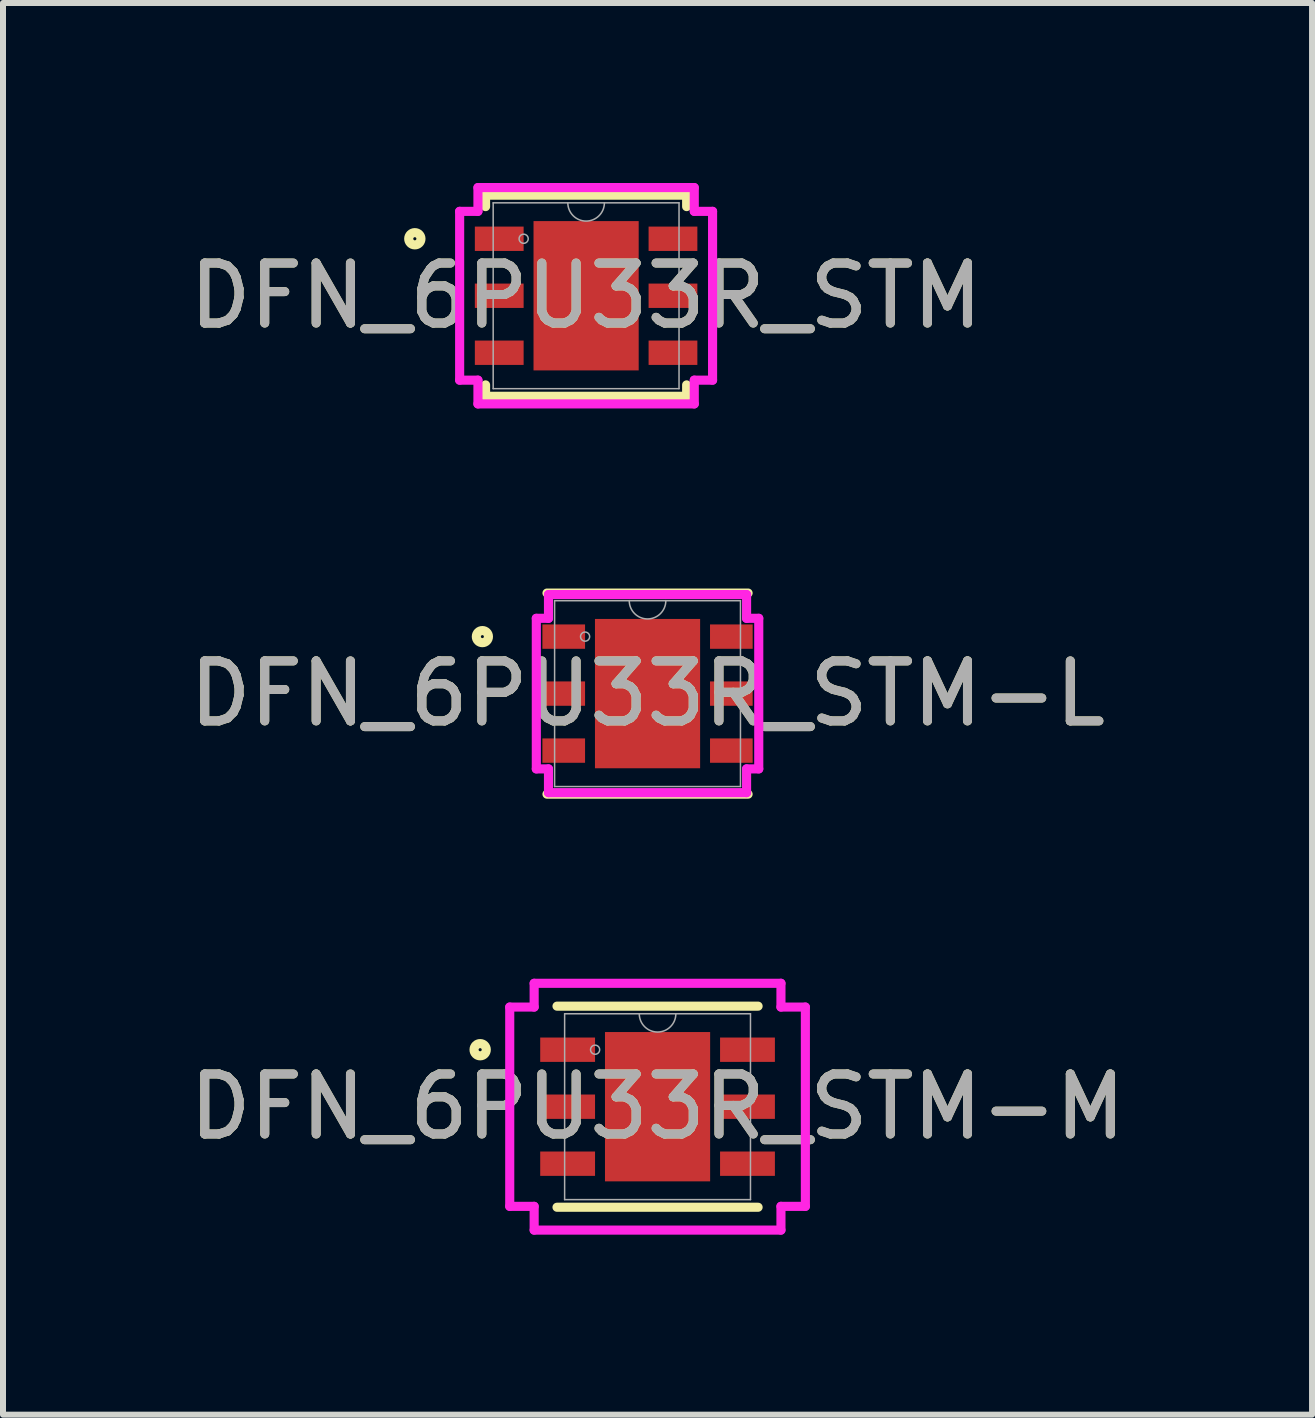
<source format=kicad_pcb>
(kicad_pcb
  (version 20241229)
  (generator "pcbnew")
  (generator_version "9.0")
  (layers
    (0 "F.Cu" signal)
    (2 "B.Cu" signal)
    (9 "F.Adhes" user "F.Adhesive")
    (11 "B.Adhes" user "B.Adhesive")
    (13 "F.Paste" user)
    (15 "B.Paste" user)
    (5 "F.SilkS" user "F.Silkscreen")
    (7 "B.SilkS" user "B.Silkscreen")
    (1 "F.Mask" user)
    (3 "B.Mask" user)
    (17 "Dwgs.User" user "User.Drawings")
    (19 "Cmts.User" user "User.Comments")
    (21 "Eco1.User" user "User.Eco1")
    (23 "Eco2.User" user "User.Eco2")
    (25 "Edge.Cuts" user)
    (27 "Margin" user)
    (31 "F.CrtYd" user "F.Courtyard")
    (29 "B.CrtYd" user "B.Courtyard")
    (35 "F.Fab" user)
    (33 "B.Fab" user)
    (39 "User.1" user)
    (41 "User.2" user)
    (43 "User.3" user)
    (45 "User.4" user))
  (footprint "DFN_6PU33R_STM-L"
    (layer "F.Cu")
    (at 7.744 8.512)
    (property "Reference" "DFN_6PU33R_STM-L" (at 0 0 0) (unlocked yes) (layer "F.SilkS") (effects (font (size 1 1) (thickness 0.15))))
    (attr smd)
    (fp_line (start -1.676 1.676) (end 1.676 1.676) (stroke (width 0.152) (type solid)) (layer "F.SilkS"))
    (fp_line (start 1.676 -1.676) (end -1.676 -1.676) (stroke (width 0.152) (type solid)) (layer "F.SilkS"))
    (fp_circle (center -2.753 -0.95) (end -2.652 -0.95) (stroke (width 0.152) (type solid)) (fill no) (layer "F.SilkS"))
    (fp_line (start -1.854 -1.255) (end -1.651 -1.255) (stroke (width 0.152) (type solid)) (layer "F.CrtYd"))
    (fp_line (start -1.854 1.255) (end -1.854 -1.255) (stroke (width 0.152) (type solid)) (layer "F.CrtYd"))
    (fp_line (start -1.854 1.255) (end -1.651 1.255) (stroke (width 0.152) (type solid)) (layer "F.CrtYd"))
    (fp_line (start -1.651 -1.651) (end 1.651 -1.651) (stroke (width 0.152) (type solid)) (layer "F.CrtYd"))
    (fp_line (start -1.651 -1.255) (end -1.651 -1.651) (stroke (width 0.152) (type solid)) (layer "F.CrtYd"))
    (fp_line (start -1.651 1.651) (end -1.651 1.255) (stroke (width 0.152) (type solid)) (layer "F.CrtYd"))
    (fp_line (start 1.651 -1.651) (end 1.651 -1.255) (stroke (width 0.152) (type solid)) (layer "F.CrtYd"))
    (fp_line (start 1.651 1.255) (end 1.651 1.651) (stroke (width 0.152) (type solid)) (layer "F.CrtYd"))
    (fp_line (start 1.651 1.651) (end -1.651 1.651) (stroke (width 0.152) (type solid)) (layer "F.CrtYd"))
    (fp_line (start 1.854 -1.255) (end 1.651 -1.255) (stroke (width 0.152) (type solid)) (layer "F.CrtYd"))
    (fp_line (start 1.854 -1.255) (end 1.854 1.255) (stroke (width 0.152) (type solid)) (layer "F.CrtYd"))
    (fp_line (start 1.854 1.255) (end 1.651 1.255) (stroke (width 0.152) (type solid)) (layer "F.CrtYd"))
    (fp_line (start -1.549 -1.549) (end -1.549 1.549) (stroke (width 0.025) (type solid)) (layer "F.Fab"))
    (fp_line (start -1.549 1.549) (end 1.549 1.549) (stroke (width 0.025) (type solid)) (layer "F.Fab"))
    (fp_line (start 1.549 -1.549) (end -1.549 -1.549) (stroke (width 0.025) (type solid)) (layer "F.Fab"))
    (fp_line (start 1.549 1.549) (end 1.549 -1.549) (stroke (width 0.025) (type solid)) (layer "F.Fab"))
    (fp_arc (start 0.3048 -1.5494) (mid 0 -1.2446) (end -0.3048 -1.5494) (stroke (width 0.0254) (type solid)) (layer "F.Fab"))
    (fp_circle (center -1.041 -0.95) (end -0.965 -0.95) (stroke (width 0.025) (type solid)) (fill no) (layer "F.Fab"))
    (fp_text user "${REFERENCE}" (at 0 0 0) (unlocked yes) (layer "F.Fab") (effects (font (size 1 1) (thickness 0.15))))
    (pad "1" smd rect (at -1.397 -0.95) (size 0.711 0.406) (layers "F.Cu" "F.Mask" "F.Paste"))
    (pad "2" smd rect (at -1.397 0) (size 0.711 0.406) (layers "F.Cu" "F.Mask" "F.Paste"))
    (pad "3" smd rect (at -1.397 0.95) (size 0.711 0.406) (layers "F.Cu" "F.Mask" "F.Paste"))
    (pad "4" smd rect (at 1.397 0.95) (size 0.711 0.406) (layers "F.Cu" "F.Mask" "F.Paste"))
    (pad "5" smd rect (at 1.397 0) (size 0.711 0.406) (layers "F.Cu" "F.Mask" "F.Paste"))
    (pad "6" smd rect (at 1.397 -0.95) (size 0.711 0.406) (layers "F.Cu" "F.Mask" "F.Paste"))
    (pad "7" smd rect (at 0 0) (size 1.753 2.489) (layers "F.Cu" "F.Mask" "F.Paste")))
  (footprint "DFN_6PU33R_STM"
    (layer "F.Cu")
    (at 6.72 1.88)
    (property "Reference" "DFN_6PU33R_STM" (at 0 0 0) (unlocked yes) (layer "F.SilkS") (effects (font (size 1 1) (thickness 0.15))))
    (attr smd)
    (fp_line (start -1.676 -1.676) (end -1.676 -1.486) (stroke (width 0.152) (type solid)) (layer "F.SilkS"))
    (fp_line (start -1.676 1.486) (end -1.676 1.676) (stroke (width 0.152) (type solid)) (layer "F.SilkS"))
    (fp_line (start -1.676 1.676) (end 1.676 1.676) (stroke (width 0.152) (type solid)) (layer "F.SilkS"))
    (fp_line (start 1.676 -1.676) (end -1.676 -1.676) (stroke (width 0.152) (type solid)) (layer "F.SilkS"))
    (fp_line (start 1.676 -1.486) (end 1.676 -1.676) (stroke (width 0.152) (type solid)) (layer "F.SilkS"))
    (fp_line (start 1.676 1.676) (end 1.676 1.486) (stroke (width 0.152) (type solid)) (layer "F.SilkS"))
    (fp_circle (center -2.855 -0.95) (end -2.753 -0.95) (stroke (width 0.152) (type solid)) (fill no) (layer "F.SilkS"))
    (fp_line (start -2.108 -1.407) (end -1.803 -1.407) (stroke (width 0.152) (type solid)) (layer "F.CrtYd"))
    (fp_line (start -2.108 1.407) (end -2.108 -1.407) (stroke (width 0.152) (type solid)) (layer "F.CrtYd"))
    (fp_line (start -2.108 1.407) (end -1.803 1.407) (stroke (width 0.152) (type solid)) (layer "F.CrtYd"))
    (fp_line (start -1.803 -1.803) (end 1.803 -1.803) (stroke (width 0.152) (type solid)) (layer "F.CrtYd"))
    (fp_line (start -1.803 -1.407) (end -1.803 -1.803) (stroke (width 0.152) (type solid)) (layer "F.CrtYd"))
    (fp_line (start -1.803 1.803) (end -1.803 1.407) (stroke (width 0.152) (type solid)) (layer "F.CrtYd"))
    (fp_line (start 1.803 -1.803) (end 1.803 -1.407) (stroke (width 0.152) (type solid)) (layer "F.CrtYd"))
    (fp_line (start 1.803 1.407) (end 1.803 1.803) (stroke (width 0.152) (type solid)) (layer "F.CrtYd"))
    (fp_line (start 1.803 1.803) (end -1.803 1.803) (stroke (width 0.152) (type solid)) (layer "F.CrtYd"))
    (fp_line (start 2.108 -1.407) (end 1.803 -1.407) (stroke (width 0.152) (type solid)) (layer "F.CrtYd"))
    (fp_line (start 2.108 -1.407) (end 2.108 1.407) (stroke (width 0.152) (type solid)) (layer "F.CrtYd"))
    (fp_line (start 2.108 1.407) (end 1.803 1.407) (stroke (width 0.152) (type solid)) (layer "F.CrtYd"))
    (fp_line (start -1.549 -1.549) (end -1.549 1.549) (stroke (width 0.025) (type solid)) (layer "F.Fab"))
    (fp_line (start -1.549 1.549) (end 1.549 1.549) (stroke (width 0.025) (type solid)) (layer "F.Fab"))
    (fp_line (start 1.549 -1.549) (end -1.549 -1.549) (stroke (width 0.025) (type solid)) (layer "F.Fab"))
    (fp_line (start 1.549 1.549) (end 1.549 -1.549) (stroke (width 0.025) (type solid)) (layer "F.Fab"))
    (fp_arc (start 0.3048 -1.5494) (mid 0 -1.2446) (end -0.3048 -1.5494) (stroke (width 0.0254) (type solid)) (layer "F.Fab"))
    (fp_circle (center -1.041 -0.95) (end -0.965 -0.95) (stroke (width 0.025) (type solid)) (fill no) (layer "F.Fab"))
    (fp_text user "${REFERENCE}" (at 0 0 0) (unlocked yes) (layer "F.Fab") (effects (font (size 1 1) (thickness 0.15))))
    (pad "1" smd rect (at -1.448 -0.95) (size 0.813 0.406) (layers "F.Cu" "F.Mask" "F.Paste"))
    (pad "2" smd rect (at -1.448 0) (size 0.813 0.406) (layers "F.Cu" "F.Mask" "F.Paste"))
    (pad "3" smd rect (at -1.448 0.95) (size 0.813 0.406) (layers "F.Cu" "F.Mask" "F.Paste"))
    (pad "4" smd rect (at 1.448 0.95) (size 0.813 0.406) (layers "F.Cu" "F.Mask" "F.Paste"))
    (pad "5" smd rect (at 1.448 0) (size 0.813 0.406) (layers "F.Cu" "F.Mask" "F.Paste"))
    (pad "6" smd rect (at 1.448 -0.95) (size 0.813 0.406) (layers "F.Cu" "F.Mask" "F.Paste"))
    (pad "7" smd rect (at 0 0) (size 1.753 2.489) (layers "F.Cu" "F.Mask" "F.Paste")))
  (footprint "DFN_6PU33R_STM-M"
    (layer "F.Cu")
    (at 7.911 15.398)
    (property "Reference" "DFN_6PU33R_STM-M" (at 0 0 0) (unlocked yes) (layer "F.SilkS") (effects (font (size 1 1) (thickness 0.15))))
    (attr smd)
    (fp_line (start -1.676 1.676) (end 1.676 1.676) (stroke (width 0.152) (type solid)) (layer "F.SilkS"))
    (fp_line (start 1.676 -1.676) (end -1.676 -1.676) (stroke (width 0.152) (type solid)) (layer "F.SilkS"))
    (fp_circle (center -2.957 -0.95) (end -2.855 -0.95) (stroke (width 0.152) (type solid)) (fill no) (layer "F.SilkS"))
    (fp_line (start -2.464 -1.661) (end -2.057 -1.661) (stroke (width 0.152) (type solid)) (layer "F.CrtYd"))
    (fp_line (start -2.464 1.661) (end -2.464 -1.661) (stroke (width 0.152) (type solid)) (layer "F.CrtYd"))
    (fp_line (start -2.464 1.661) (end -2.057 1.661) (stroke (width 0.152) (type solid)) (layer "F.CrtYd"))
    (fp_line (start -2.057 -2.057) (end 2.057 -2.057) (stroke (width 0.152) (type solid)) (layer "F.CrtYd"))
    (fp_line (start -2.057 -1.661) (end -2.057 -2.057) (stroke (width 0.152) (type solid)) (layer "F.CrtYd"))
    (fp_line (start -2.057 2.057) (end -2.057 1.661) (stroke (width 0.152) (type solid)) (layer "F.CrtYd"))
    (fp_line (start 2.057 -2.057) (end 2.057 -1.661) (stroke (width 0.152) (type solid)) (layer "F.CrtYd"))
    (fp_line (start 2.057 1.661) (end 2.057 2.057) (stroke (width 0.152) (type solid)) (layer "F.CrtYd"))
    (fp_line (start 2.057 2.057) (end -2.057 2.057) (stroke (width 0.152) (type solid)) (layer "F.CrtYd"))
    (fp_line (start 2.464 -1.661) (end 2.057 -1.661) (stroke (width 0.152) (type solid)) (layer "F.CrtYd"))
    (fp_line (start 2.464 -1.661) (end 2.464 1.661) (stroke (width 0.152) (type solid)) (layer "F.CrtYd"))
    (fp_line (start 2.464 1.661) (end 2.057 1.661) (stroke (width 0.152) (type solid)) (layer "F.CrtYd"))
    (fp_line (start -1.549 -1.549) (end -1.549 1.549) (stroke (width 0.025) (type solid)) (layer "F.Fab"))
    (fp_line (start -1.549 1.549) (end 1.549 1.549) (stroke (width 0.025) (type solid)) (layer "F.Fab"))
    (fp_line (start 1.549 -1.549) (end -1.549 -1.549) (stroke (width 0.025) (type solid)) (layer "F.Fab"))
    (fp_line (start 1.549 1.549) (end 1.549 -1.549) (stroke (width 0.025) (type solid)) (layer "F.Fab"))
    (fp_arc (start 0.3048 -1.5494) (mid 0 -1.2446) (end -0.3048 -1.5494) (stroke (width 0.0254) (type solid)) (layer "F.Fab"))
    (fp_circle (center -1.041 -0.95) (end -0.965 -0.95) (stroke (width 0.025) (type solid)) (fill no) (layer "F.Fab"))
    (fp_text user "${REFERENCE}" (at 0 0 0) (unlocked yes) (layer "F.Fab") (effects (font (size 1 1) (thickness 0.15))))
    (pad "1" smd rect (at -1.499 -0.95) (size 0.914 0.406) (layers "F.Cu" "F.Mask" "F.Paste"))
    (pad "2" smd rect (at -1.499 0) (size 0.914 0.406) (layers "F.Cu" "F.Mask" "F.Paste"))
    (pad "3" smd rect (at -1.499 0.95) (size 0.914 0.406) (layers "F.Cu" "F.Mask" "F.Paste"))
    (pad "4" smd rect (at 1.499 0.95) (size 0.914 0.406) (layers "F.Cu" "F.Mask" "F.Paste"))
    (pad "5" smd rect (at 1.499 0) (size 0.914 0.406) (layers "F.Cu" "F.Mask" "F.Paste"))
    (pad "6" smd rect (at 1.499 -0.95) (size 0.914 0.406) (layers "F.Cu" "F.Mask" "F.Paste"))
    (pad "7" smd rect (at 0 0) (size 1.753 2.489) (layers "F.Cu" "F.Mask" "F.Paste")))
  (gr_rect
    (start -3 -3)
    (end 18.821 20.532)
    (stroke (width 0.1) (type default))
    (fill no)
    (layer "Edge.Cuts")))
</source>
